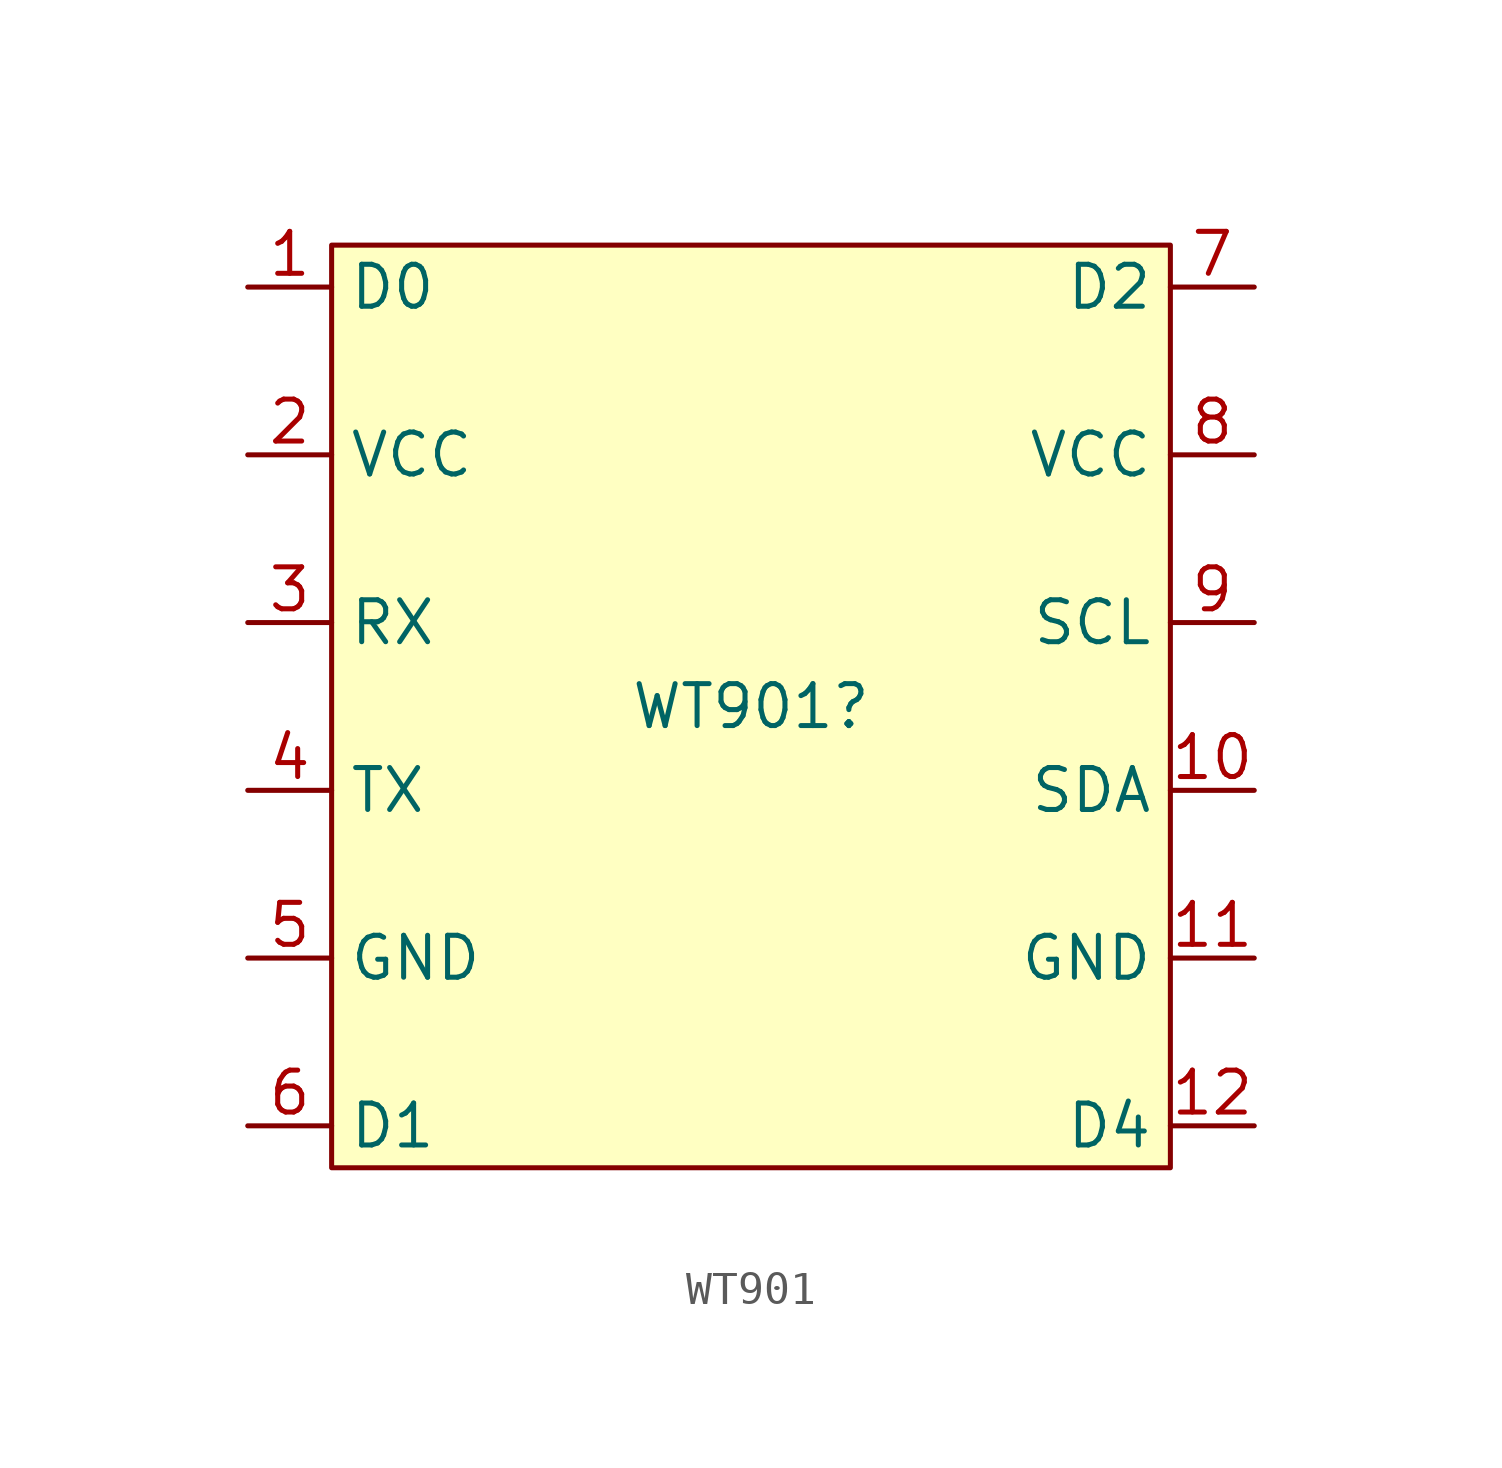
<source format=kicad_sym>
(kicad_symbol_lib
  (version 20231120)
  (generator "kicad_symbol_editor")
  (generator_version "8.0")
  (symbol "WT901"
    (property "Reference" "WT901"
      (at 0 0 0)
      (effects (font (size 1.27 1.27))))
    (property "Value" ""
      (at 0 0 0)
      (effects (font (size 1.27 1.27))))
    (symbol "WT901_0_1"
      (rectangle (start -12.7 13.97) (end 12.7 -13.97) (stroke (width 0) (type default)) (fill (type background))))
    (symbol "WT901_1_1"
      (pin output line (at -15.24 12.7 0) (length 2.54) (name "D0" (effects (font (size 1.27 1.27)))) (number "1" (effects (font (size 1.27 1.27)))))
      (pin bidirectional line (at 15.24 -2.54 180) (length 2.54) (name "SDA" (effects (font (size 1.27 1.27)))) (number "10" (effects (font (size 1.27 1.27)))))
      (pin input line (at 15.24 -7.62 180) (length 2.54) (name "GND" (effects (font (size 1.27 1.27)))) (number "11" (effects (font (size 1.27 1.27)))))
      (pin input line (at 15.24 -12.7 180) (length 2.54) (name "D4" (effects (font (size 1.27 1.27)))) (number "12" (effects (font (size 1.27 1.27)))))
      (pin power_in line (at -15.24 7.62 0) (length 2.54) (name "VCC" (effects (font (size 1.27 1.27)))) (number "2" (effects (font (size 1.27 1.27)))))
      (pin input line (at -15.24 2.54 0) (length 2.54) (name "RX" (effects (font (size 1.27 1.27)))) (number "3" (effects (font (size 1.27 1.27)))))
      (pin output line (at -15.24 -2.54 0) (length 2.54) (name "TX" (effects (font (size 1.27 1.27)))) (number "4" (effects (font (size 1.27 1.27)))))
      (pin input line (at -15.24 -7.62 0) (length 2.54) (name "GND" (effects (font (size 1.27 1.27)))) (number "5" (effects (font (size 1.27 1.27)))))
      (pin input line (at -15.24 -12.7 0) (length 2.54) (name "D1" (effects (font (size 1.27 1.27)))) (number "6" (effects (font (size 1.27 1.27)))))
      (pin output line (at 15.24 12.7 180) (length 2.54) (name "D2" (effects (font (size 1.27 1.27)))) (number "7" (effects (font (size 1.27 1.27)))))
      (pin power_in line (at 15.24 7.62 180) (length 2.54) (name "VCC" (effects (font (size 1.27 1.27)))) (number "8" (effects (font (size 1.27 1.27)))))
      (pin bidirectional line (at 15.24 2.54 180) (length 2.54) (name "SCL" (effects (font (size 1.27 1.27)))) (number "9" (effects (font (size 1.27 1.27))))))))
</source>
